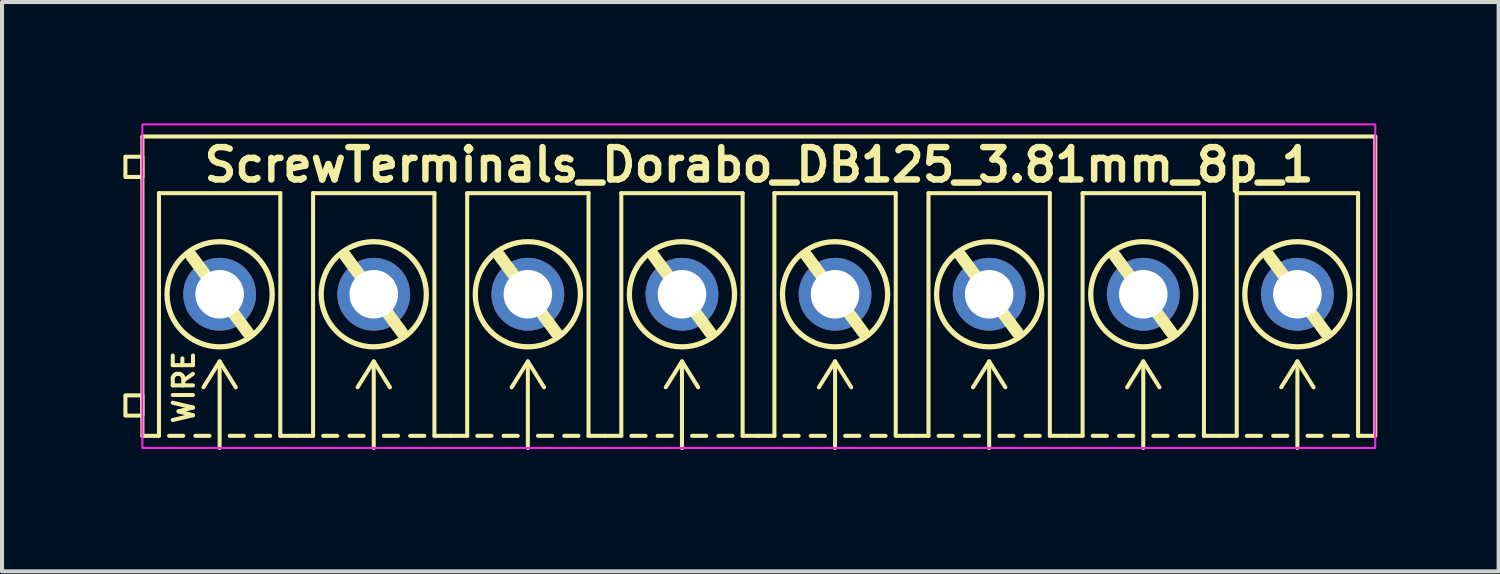
<source format=kicad_pcb>
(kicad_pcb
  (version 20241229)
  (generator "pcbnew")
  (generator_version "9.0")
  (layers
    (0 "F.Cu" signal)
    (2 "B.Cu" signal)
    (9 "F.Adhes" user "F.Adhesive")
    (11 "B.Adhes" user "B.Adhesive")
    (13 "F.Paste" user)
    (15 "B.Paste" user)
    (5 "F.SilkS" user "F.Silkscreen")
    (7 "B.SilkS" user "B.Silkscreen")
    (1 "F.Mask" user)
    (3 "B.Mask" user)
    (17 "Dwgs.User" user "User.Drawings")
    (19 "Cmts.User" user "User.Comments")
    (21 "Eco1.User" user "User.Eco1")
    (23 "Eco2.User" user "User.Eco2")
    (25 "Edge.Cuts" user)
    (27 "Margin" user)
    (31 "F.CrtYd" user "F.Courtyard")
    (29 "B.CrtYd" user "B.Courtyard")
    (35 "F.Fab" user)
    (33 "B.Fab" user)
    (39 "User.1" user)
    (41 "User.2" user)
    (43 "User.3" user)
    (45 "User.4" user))
  (footprint "ScrewTerminals_Dorabo_DB125_3.81mm_8p_1"
    (layer "F.Cu")
    (at 15.71 4.225)
    (property "Reference" "ScrewTerminals_Dorabo_DB125_3.81mm_8p_1" (at 0.005 -3.2 0) (unlocked yes) (layer "F.SilkS") (effects (font (size 0.8 0.8) (thickness 0.16) (bold yes))))
    (attr through_hole)
    (fp_line (start -15.24 -3.9) (end 15.24 -3.9) (stroke (width 0.1) (type solid)) (layer "F.SilkS"))
    (fp_line (start -15.24 3.5) (end -15.24 -3.9) (stroke (width 0.1) (type solid)) (layer "F.SilkS"))
    (fp_line (start -15.24 3.5) (end -14.83 3.5) (stroke (width 0.1) (type solid)) (layer "F.SilkS"))
    (fp_line (start -14.83 -2.5) (end -11.83 -2.5) (stroke (width 0.1) (type solid)) (layer "F.SilkS"))
    (fp_line (start -14.83 3.5) (end -14.83 -2.5) (stroke (width 0.1) (type solid)) (layer "F.SilkS"))
    (fp_line (start -14.23 3.5) (end -14.58 3.5) (stroke (width 0.1) (type default)) (layer "F.SilkS"))
    (fp_line (start -14.03 -0.95) (end -12.63 0.95) (stroke (width 0.3) (type default)) (layer "F.SilkS"))
    (fp_line (start -13.58 3.5) (end -13.93 3.5) (stroke (width 0.1) (type default)) (layer "F.SilkS"))
    (fp_line (start -13.33 1.659) (end -13.73 2.3) (stroke (width 0.1) (type default)) (layer "F.SilkS"))
    (fp_line (start -13.33 1.659) (end -12.93 2.3) (stroke (width 0.1) (type default)) (layer "F.SilkS"))
    (fp_line (start -13.33 3.8) (end -13.33 1.679) (stroke (width 0.1) (type default)) (layer "F.SilkS"))
    (fp_line (start -13.08 3.5) (end -12.73 3.5) (stroke (width 0.1) (type default)) (layer "F.SilkS"))
    (fp_line (start -12.43 3.5) (end -12.08 3.5) (stroke (width 0.1) (type default)) (layer "F.SilkS"))
    (fp_line (start -11.83 -2.5) (end -11.83 3.5) (stroke (width 0.1) (type solid)) (layer "F.SilkS"))
    (fp_line (start -11.83 3.5) (end -11.425 3.5) (stroke (width 0.1) (type default)) (layer "F.SilkS"))
    (fp_line (start -11.425 3.5) (end -11.02 3.5) (stroke (width 0.1) (type default)) (layer "F.SilkS"))
    (fp_line (start -11.02 -2.5) (end -8.02 -2.5) (stroke (width 0.1) (type solid)) (layer "F.SilkS"))
    (fp_line (start -11.02 3.5) (end -11.02 -2.5) (stroke (width 0.1) (type solid)) (layer "F.SilkS"))
    (fp_line (start -10.42 3.5) (end -10.77 3.5) (stroke (width 0.1) (type default)) (layer "F.SilkS"))
    (fp_line (start -10.22 -0.95) (end -8.82 0.95) (stroke (width 0.3) (type default)) (layer "F.SilkS"))
    (fp_line (start -9.77 3.5) (end -10.12 3.5) (stroke (width 0.1) (type default)) (layer "F.SilkS"))
    (fp_line (start -9.52 1.659) (end -9.92 2.3) (stroke (width 0.1) (type default)) (layer "F.SilkS"))
    (fp_line (start -9.52 1.659) (end -9.12 2.3) (stroke (width 0.1) (type default)) (layer "F.SilkS"))
    (fp_line (start -9.52 3.8) (end -9.52 1.679) (stroke (width 0.1) (type default)) (layer "F.SilkS"))
    (fp_line (start -9.27 3.5) (end -8.92 3.5) (stroke (width 0.1) (type default)) (layer "F.SilkS"))
    (fp_line (start -8.62 3.5) (end -8.27 3.5) (stroke (width 0.1) (type default)) (layer "F.SilkS"))
    (fp_line (start -8.02 -2.5) (end -8.02 3.5) (stroke (width 0.1) (type solid)) (layer "F.SilkS"))
    (fp_line (start -8.02 3.5) (end -7.615 3.5) (stroke (width 0.1) (type default)) (layer "F.SilkS"))
    (fp_line (start -7.615 3.5) (end -7.21 3.5) (stroke (width 0.1) (type default)) (layer "F.SilkS"))
    (fp_line (start -7.21 -2.5) (end -4.21 -2.5) (stroke (width 0.1) (type solid)) (layer "F.SilkS"))
    (fp_line (start -7.21 3.5) (end -7.21 -2.5) (stroke (width 0.1) (type solid)) (layer "F.SilkS"))
    (fp_line (start -6.61 3.5) (end -6.96 3.5) (stroke (width 0.1) (type default)) (layer "F.SilkS"))
    (fp_line (start -6.41 -0.95) (end -5.01 0.95) (stroke (width 0.3) (type default)) (layer "F.SilkS"))
    (fp_line (start -5.96 3.5) (end -6.31 3.5) (stroke (width 0.1) (type default)) (layer "F.SilkS"))
    (fp_line (start -5.71 1.659) (end -6.11 2.3) (stroke (width 0.1) (type default)) (layer "F.SilkS"))
    (fp_line (start -5.71 1.659) (end -5.31 2.3) (stroke (width 0.1) (type default)) (layer "F.SilkS"))
    (fp_line (start -5.71 3.8) (end -5.71 1.679) (stroke (width 0.1) (type default)) (layer "F.SilkS"))
    (fp_line (start -5.46 3.5) (end -5.11 3.5) (stroke (width 0.1) (type default)) (layer "F.SilkS"))
    (fp_line (start -4.81 3.5) (end -4.46 3.5) (stroke (width 0.1) (type default)) (layer "F.SilkS"))
    (fp_line (start -4.21 -2.5) (end -4.21 3.5) (stroke (width 0.1) (type solid)) (layer "F.SilkS"))
    (fp_line (start -4.21 3.5) (end -3.805 3.5) (stroke (width 0.1) (type default)) (layer "F.SilkS"))
    (fp_line (start -3.805 3.5) (end -3.4 3.5) (stroke (width 0.1) (type default)) (layer "F.SilkS"))
    (fp_line (start -3.4 -2.5) (end -0.4 -2.5) (stroke (width 0.1) (type solid)) (layer "F.SilkS"))
    (fp_line (start -3.4 3.5) (end -3.4 -2.5) (stroke (width 0.1) (type solid)) (layer "F.SilkS"))
    (fp_line (start -2.8 3.5) (end -3.15 3.5) (stroke (width 0.1) (type default)) (layer "F.SilkS"))
    (fp_line (start -2.6 -0.95) (end -1.2 0.95) (stroke (width 0.3) (type default)) (layer "F.SilkS"))
    (fp_line (start -2.15 3.5) (end -2.5 3.5) (stroke (width 0.1) (type default)) (layer "F.SilkS"))
    (fp_line (start -1.9 1.659) (end -2.3 2.3) (stroke (width 0.1) (type default)) (layer "F.SilkS"))
    (fp_line (start -1.9 1.659) (end -1.5 2.3) (stroke (width 0.1) (type default)) (layer "F.SilkS"))
    (fp_line (start -1.9 3.8) (end -1.9 1.679) (stroke (width 0.1) (type default)) (layer "F.SilkS"))
    (fp_line (start -1.65 3.5) (end -1.3 3.5) (stroke (width 0.1) (type default)) (layer "F.SilkS"))
    (fp_line (start -1 3.5) (end -0.65 3.5) (stroke (width 0.1) (type default)) (layer "F.SilkS"))
    (fp_line (start -0.4 -2.5) (end -0.4 3.5) (stroke (width 0.1) (type solid)) (layer "F.SilkS"))
    (fp_line (start -0.4 3.5) (end 0 3.5) (stroke (width 0.1) (type solid)) (layer "F.SilkS"))
    (fp_line (start -0.025 3.5) (end 0.385 3.5) (stroke (width 0.1) (type solid)) (layer "F.SilkS"))
    (fp_line (start 0.385 -2.5) (end 3.385 -2.5) (stroke (width 0.1) (type solid)) (layer "F.SilkS"))
    (fp_line (start 0.385 3.5) (end 0.385 -2.5) (stroke (width 0.1) (type solid)) (layer "F.SilkS"))
    (fp_line (start 0.985 3.5) (end 0.635 3.5) (stroke (width 0.1) (type default)) (layer "F.SilkS"))
    (fp_line (start 1.185 -0.95) (end 2.585 0.95) (stroke (width 0.3) (type default)) (layer "F.SilkS"))
    (fp_line (start 1.635 3.5) (end 1.285 3.5) (stroke (width 0.1) (type default)) (layer "F.SilkS"))
    (fp_line (start 1.885 1.659) (end 1.485 2.3) (stroke (width 0.1) (type default)) (layer "F.SilkS"))
    (fp_line (start 1.885 1.659) (end 2.285 2.3) (stroke (width 0.1) (type default)) (layer "F.SilkS"))
    (fp_line (start 1.885 3.8) (end 1.885 1.679) (stroke (width 0.1) (type default)) (layer "F.SilkS"))
    (fp_line (start 2.135 3.5) (end 2.485 3.5) (stroke (width 0.1) (type default)) (layer "F.SilkS"))
    (fp_line (start 2.785 3.5) (end 3.135 3.5) (stroke (width 0.1) (type default)) (layer "F.SilkS"))
    (fp_line (start 3.385 -2.5) (end 3.385 3.5) (stroke (width 0.1) (type solid)) (layer "F.SilkS"))
    (fp_line (start 3.385 3.5) (end 3.79 3.5) (stroke (width 0.1) (type default)) (layer "F.SilkS"))
    (fp_line (start 3.79 3.5) (end 4.195 3.5) (stroke (width 0.1) (type default)) (layer "F.SilkS"))
    (fp_line (start 4.195 -2.5) (end 7.195 -2.5) (stroke (width 0.1) (type solid)) (layer "F.SilkS"))
    (fp_line (start 4.195 3.5) (end 4.195 -2.5) (stroke (width 0.1) (type solid)) (layer "F.SilkS"))
    (fp_line (start 4.795 3.5) (end 4.445 3.5) (stroke (width 0.1) (type default)) (layer "F.SilkS"))
    (fp_line (start 4.995 -0.95) (end 6.395 0.95) (stroke (width 0.3) (type default)) (layer "F.SilkS"))
    (fp_line (start 5.445 3.5) (end 5.095 3.5) (stroke (width 0.1) (type default)) (layer "F.SilkS"))
    (fp_line (start 5.695 1.659) (end 5.295 2.3) (stroke (width 0.1) (type default)) (layer "F.SilkS"))
    (fp_line (start 5.695 1.659) (end 6.095 2.3) (stroke (width 0.1) (type default)) (layer "F.SilkS"))
    (fp_line (start 5.695 3.8) (end 5.695 1.679) (stroke (width 0.1) (type default)) (layer "F.SilkS"))
    (fp_line (start 5.945 3.5) (end 6.295 3.5) (stroke (width 0.1) (type default)) (layer "F.SilkS"))
    (fp_line (start 6.595 3.5) (end 6.945 3.5) (stroke (width 0.1) (type default)) (layer "F.SilkS"))
    (fp_line (start 7.195 -2.5) (end 7.195 3.5) (stroke (width 0.1) (type solid)) (layer "F.SilkS"))
    (fp_line (start 7.195 3.5) (end 7.6 3.5) (stroke (width 0.1) (type default)) (layer "F.SilkS"))
    (fp_line (start 7.6 3.5) (end 8.005 3.5) (stroke (width 0.1) (type default)) (layer "F.SilkS"))
    (fp_line (start 8.005 -2.5) (end 11.005 -2.5) (stroke (width 0.1) (type solid)) (layer "F.SilkS"))
    (fp_line (start 8.005 3.5) (end 8.005 -2.5) (stroke (width 0.1) (type solid)) (layer "F.SilkS"))
    (fp_line (start 8.605 3.5) (end 8.255 3.5) (stroke (width 0.1) (type default)) (layer "F.SilkS"))
    (fp_line (start 8.805 -0.95) (end 10.205 0.95) (stroke (width 0.3) (type default)) (layer "F.SilkS"))
    (fp_line (start 9.255 3.5) (end 8.905 3.5) (stroke (width 0.1) (type default)) (layer "F.SilkS"))
    (fp_line (start 9.505 1.659) (end 9.105 2.3) (stroke (width 0.1) (type default)) (layer "F.SilkS"))
    (fp_line (start 9.505 1.659) (end 9.905 2.3) (stroke (width 0.1) (type default)) (layer "F.SilkS"))
    (fp_line (start 9.505 3.8) (end 9.505 1.679) (stroke (width 0.1) (type default)) (layer "F.SilkS"))
    (fp_line (start 9.755 3.5) (end 10.105 3.5) (stroke (width 0.1) (type default)) (layer "F.SilkS"))
    (fp_line (start 10.405 3.5) (end 10.755 3.5) (stroke (width 0.1) (type default)) (layer "F.SilkS"))
    (fp_line (start 11.005 -2.5) (end 11.005 3.5) (stroke (width 0.1) (type solid)) (layer "F.SilkS"))
    (fp_line (start 11.005 3.5) (end 11.41 3.5) (stroke (width 0.1) (type default)) (layer "F.SilkS"))
    (fp_line (start 11.41 3.5) (end 11.815 3.5) (stroke (width 0.1) (type default)) (layer "F.SilkS"))
    (fp_line (start 11.815 -2.5) (end 14.815 -2.5) (stroke (width 0.1) (type solid)) (layer "F.SilkS"))
    (fp_line (start 11.815 3.5) (end 11.815 -2.5) (stroke (width 0.1) (type solid)) (layer "F.SilkS"))
    (fp_line (start 12.415 3.5) (end 12.065 3.5) (stroke (width 0.1) (type default)) (layer "F.SilkS"))
    (fp_line (start 12.615 -0.95) (end 14.015 0.95) (stroke (width 0.3) (type default)) (layer "F.SilkS"))
    (fp_line (start 13.065 3.5) (end 12.715 3.5) (stroke (width 0.1) (type default)) (layer "F.SilkS"))
    (fp_line (start 13.315 1.659) (end 12.915 2.3) (stroke (width 0.1) (type default)) (layer "F.SilkS"))
    (fp_line (start 13.315 1.659) (end 13.715 2.3) (stroke (width 0.1) (type default)) (layer "F.SilkS"))
    (fp_line (start 13.315 3.8) (end 13.315 1.679) (stroke (width 0.1) (type default)) (layer "F.SilkS"))
    (fp_line (start 13.565 3.5) (end 13.915 3.5) (stroke (width 0.1) (type default)) (layer "F.SilkS"))
    (fp_line (start 14.215 3.5) (end 14.565 3.5) (stroke (width 0.1) (type default)) (layer "F.SilkS"))
    (fp_line (start 14.815 -2.5) (end 14.815 3.5) (stroke (width 0.1) (type solid)) (layer "F.SilkS"))
    (fp_line (start 14.815 3.5) (end 15.215 3.5) (stroke (width 0.1) (type solid)) (layer "F.SilkS"))
    (fp_line (start 15.24 3.5) (end 15.24 -3.9) (stroke (width 0.1) (type solid)) (layer "F.SilkS"))
    (fp_rect (start -15.66 -2.9) (end -15.24 -3.4) (stroke (width 0.1) (type solid)) (fill no) (layer "F.SilkS"))
    (fp_rect (start -15.66 3) (end -15.24 2.5) (stroke (width 0.1) (type solid)) (fill no) (layer "F.SilkS"))
    (fp_circle (center -13.33 0) (end -12.03 0) (stroke (width 0.13) (type default)) (fill no) (layer "F.SilkS"))
    (fp_circle (center -9.52 0) (end -8.22 0) (stroke (width 0.13) (type default)) (fill no) (layer "F.SilkS"))
    (fp_circle (center -5.71 0) (end -4.41 0) (stroke (width 0.13) (type default)) (fill no) (layer "F.SilkS"))
    (fp_circle (center -1.9 0) (end -0.6 0) (stroke (width 0.13) (type default)) (fill no) (layer "F.SilkS"))
    (fp_circle (center 1.885 0) (end 3.185 0) (stroke (width 0.13) (type default)) (fill no) (layer "F.SilkS"))
    (fp_circle (center 5.695 0) (end 6.995 0) (stroke (width 0.13) (type default)) (fill no) (layer "F.SilkS"))
    (fp_circle (center 9.505 0) (end 10.805 0) (stroke (width 0.13) (type default)) (fill no) (layer "F.SilkS"))
    (fp_circle (center 13.315 0) (end 14.615 0) (stroke (width 0.13) (type default)) (fill no) (layer "F.SilkS"))
    (fp_rect (start -15.24 -4.2) (end 15.24 3.8) (stroke (width 0.05) (type solid)) (fill no) (layer "F.CrtYd"))
    (fp_text user "WIRE" (at -14.215 2.3 90) (unlocked yes) (layer "F.SilkS") (effects (font (size 0.5 0.5) (thickness 0.1) (bold yes))))
    (pad "1" thru_hole circle (at -13.33 0) (size 1.8 1.8) (drill 1.2) (layers "*.Cu" "*.Mask"))
    (pad "2" thru_hole circle (at -9.52 0 180) (size 1.8 1.8) (drill 1.2) (layers "*.Cu" "*.Mask"))
    (pad "3" thru_hole circle (at -5.71 0 180) (size 1.8 1.8) (drill 1.2) (layers "*.Cu" "*.Mask"))
    (pad "4" thru_hole circle (at -1.9 0 180) (size 1.8 1.8) (drill 1.2) (layers "*.Cu" "*.Mask"))
    (pad "5" thru_hole circle (at 1.885 0) (size 1.8 1.8) (drill 1.2) (layers "*.Cu" "*.Mask"))
    (pad "6" thru_hole circle (at 5.695 0 180) (size 1.8 1.8) (drill 1.2) (layers "*.Cu" "*.Mask"))
    (pad "7" thru_hole circle (at 9.505 0 180) (size 1.8 1.8) (drill 1.2) (layers "*.Cu" "*.Mask"))
    (pad "8" thru_hole circle (at 13.315 0 180) (size 1.8 1.8) (drill 1.2) (layers "*.Cu" "*.Mask")))
  (gr_rect
    (start -3 -3)
    (end 34 11.075)
    (stroke (width 0.1) (type default))
    (fill no)
    (layer "Edge.Cuts")))
</source>
